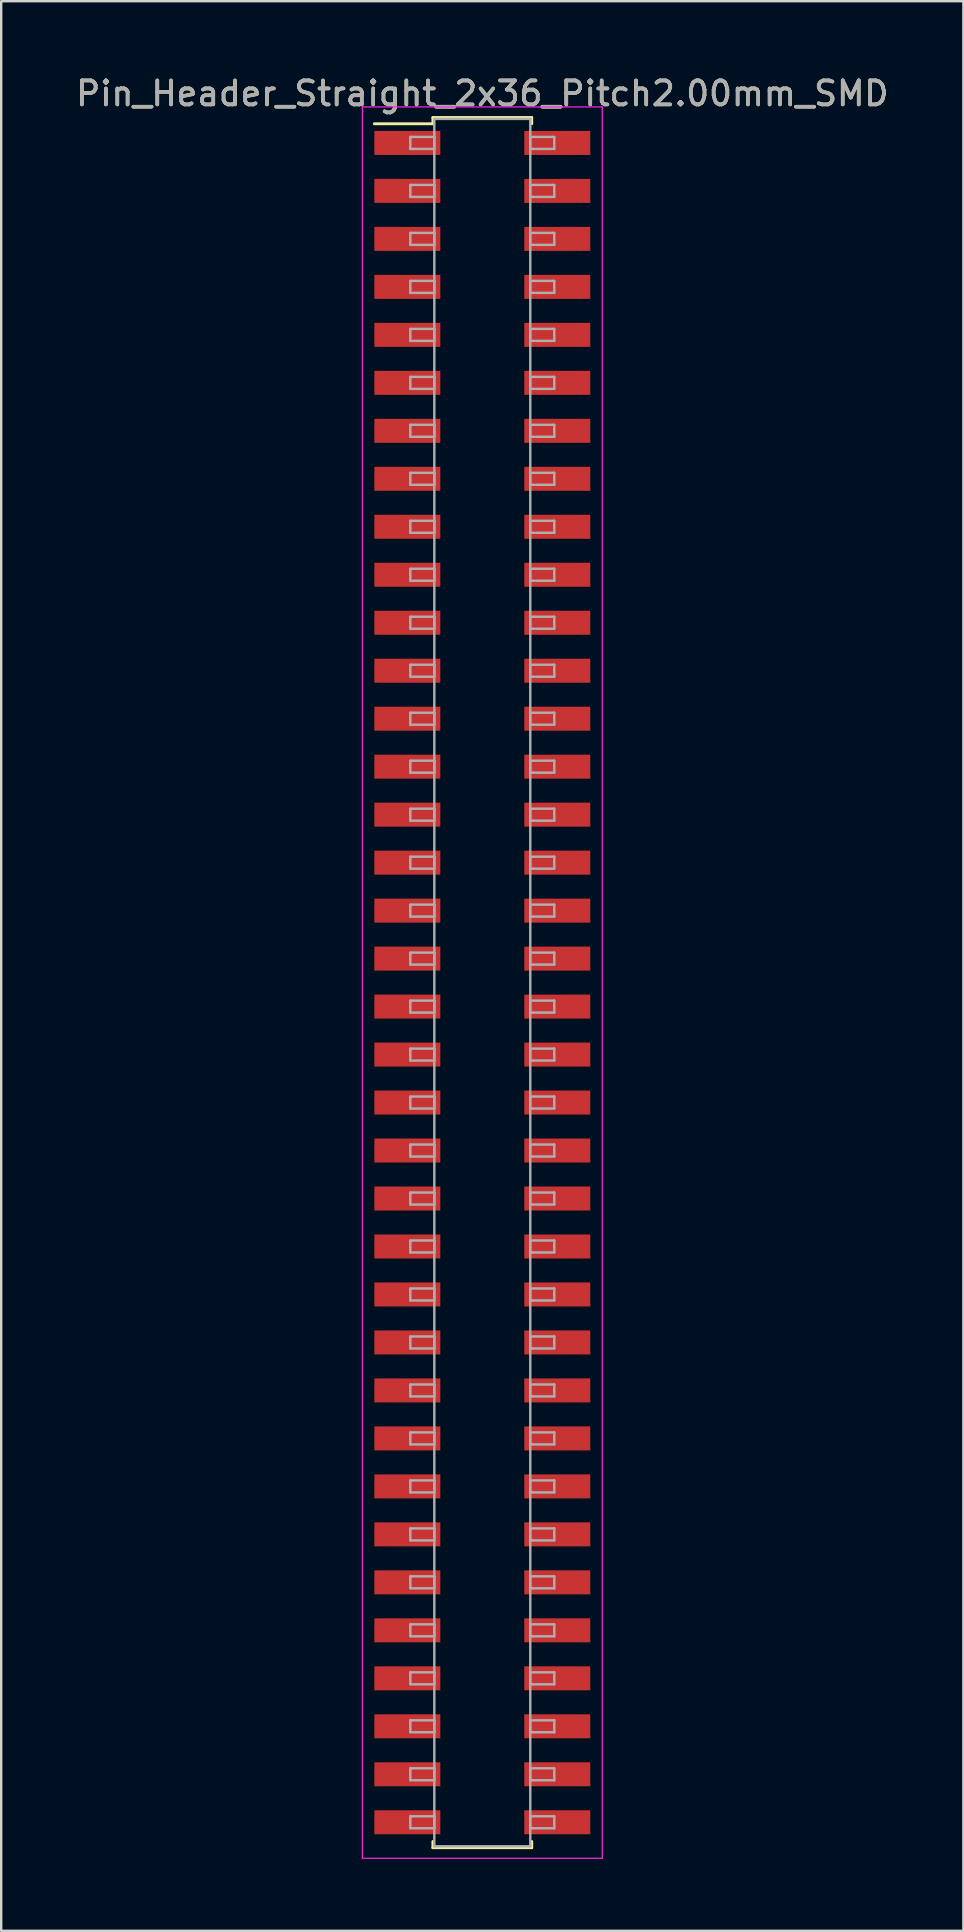
<source format=kicad_pcb>
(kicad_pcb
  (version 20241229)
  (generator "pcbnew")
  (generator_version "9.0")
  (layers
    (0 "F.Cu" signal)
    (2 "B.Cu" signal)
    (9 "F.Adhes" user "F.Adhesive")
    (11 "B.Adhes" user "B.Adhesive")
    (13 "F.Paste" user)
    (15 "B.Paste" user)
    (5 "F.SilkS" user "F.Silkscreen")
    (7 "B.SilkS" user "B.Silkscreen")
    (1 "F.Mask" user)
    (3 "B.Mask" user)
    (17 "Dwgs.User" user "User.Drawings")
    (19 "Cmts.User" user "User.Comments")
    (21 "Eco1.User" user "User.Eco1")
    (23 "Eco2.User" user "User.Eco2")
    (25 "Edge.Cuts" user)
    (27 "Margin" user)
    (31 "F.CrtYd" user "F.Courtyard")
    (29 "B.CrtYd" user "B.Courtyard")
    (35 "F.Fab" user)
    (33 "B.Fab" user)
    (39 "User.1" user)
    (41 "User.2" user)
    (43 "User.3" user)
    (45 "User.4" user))
  (footprint "Pin_Header_Straight_2x36_Pitch2.00mm_SMD"
    (layer "F.Cu")
    (at 17.054 37.908)
    (property "Reference" "Pin_Header_Straight_2x36_Pitch2.00mm_SMD" (at 0 -37.06 0) (layer "F.SilkS") (effects (font (size 1 1) (thickness 0.15))))
    (attr smd)
    (fp_line (start -4.5 -35.8) (end -2.06 -35.8) (stroke (width 0.12) (type solid)) (layer "F.SilkS"))
    (fp_line (start -2.06 -36.06) (end 2.06 -36.06) (stroke (width 0.12) (type solid)) (layer "F.SilkS"))
    (fp_line (start -2.06 -35.8) (end -2.06 -36.06) (stroke (width 0.12) (type solid)) (layer "F.SilkS"))
    (fp_line (start -2.06 35.8) (end -2.06 36.06) (stroke (width 0.12) (type solid)) (layer "F.SilkS"))
    (fp_line (start -2.06 36.06) (end 2.06 36.06) (stroke (width 0.12) (type solid)) (layer "F.SilkS"))
    (fp_line (start 2.06 -36.06) (end 2.06 -35.8) (stroke (width 0.12) (type solid)) (layer "F.SilkS"))
    (fp_line (start 2.06 36.06) (end 2.06 35.8) (stroke (width 0.12) (type solid)) (layer "F.SilkS"))
    (fp_line (start -5 -36.5) (end -5 36.5) (stroke (width 0.05) (type solid)) (layer "F.CrtYd"))
    (fp_line (start -5 36.5) (end 5 36.5) (stroke (width 0.05) (type solid)) (layer "F.CrtYd"))
    (fp_line (start 5 -36.5) (end -5 -36.5) (stroke (width 0.05) (type solid)) (layer "F.CrtYd"))
    (fp_line (start 5 36.5) (end 5 -36.5) (stroke (width 0.05) (type solid)) (layer "F.CrtYd"))
    (fp_line (start -3 -35.25) (end -2 -35.25) (stroke (width 0.1) (type solid)) (layer "F.Fab"))
    (fp_line (start -3 -34.75) (end -3 -35.25) (stroke (width 0.1) (type solid)) (layer "F.Fab"))
    (fp_line (start -3 -33.25) (end -2 -33.25) (stroke (width 0.1) (type solid)) (layer "F.Fab"))
    (fp_line (start -3 -32.75) (end -3 -33.25) (stroke (width 0.1) (type solid)) (layer "F.Fab"))
    (fp_line (start -3 -31.25) (end -2 -31.25) (stroke (width 0.1) (type solid)) (layer "F.Fab"))
    (fp_line (start -3 -30.75) (end -3 -31.25) (stroke (width 0.1) (type solid)) (layer "F.Fab"))
    (fp_line (start -3 -29.25) (end -2 -29.25) (stroke (width 0.1) (type solid)) (layer "F.Fab"))
    (fp_line (start -3 -28.75) (end -3 -29.25) (stroke (width 0.1) (type solid)) (layer "F.Fab"))
    (fp_line (start -3 -27.25) (end -2 -27.25) (stroke (width 0.1) (type solid)) (layer "F.Fab"))
    (fp_line (start -3 -26.75) (end -3 -27.25) (stroke (width 0.1) (type solid)) (layer "F.Fab"))
    (fp_line (start -3 -25.25) (end -2 -25.25) (stroke (width 0.1) (type solid)) (layer "F.Fab"))
    (fp_line (start -3 -24.75) (end -3 -25.25) (stroke (width 0.1) (type solid)) (layer "F.Fab"))
    (fp_line (start -3 -23.25) (end -2 -23.25) (stroke (width 0.1) (type solid)) (layer "F.Fab"))
    (fp_line (start -3 -22.75) (end -3 -23.25) (stroke (width 0.1) (type solid)) (layer "F.Fab"))
    (fp_line (start -3 -21.25) (end -2 -21.25) (stroke (width 0.1) (type solid)) (layer "F.Fab"))
    (fp_line (start -3 -20.75) (end -3 -21.25) (stroke (width 0.1) (type solid)) (layer "F.Fab"))
    (fp_line (start -3 -19.25) (end -2 -19.25) (stroke (width 0.1) (type solid)) (layer "F.Fab"))
    (fp_line (start -3 -18.75) (end -3 -19.25) (stroke (width 0.1) (type solid)) (layer "F.Fab"))
    (fp_line (start -3 -17.25) (end -2 -17.25) (stroke (width 0.1) (type solid)) (layer "F.Fab"))
    (fp_line (start -3 -16.75) (end -3 -17.25) (stroke (width 0.1) (type solid)) (layer "F.Fab"))
    (fp_line (start -3 -15.25) (end -2 -15.25) (stroke (width 0.1) (type solid)) (layer "F.Fab"))
    (fp_line (start -3 -14.75) (end -3 -15.25) (stroke (width 0.1) (type solid)) (layer "F.Fab"))
    (fp_line (start -3 -13.25) (end -2 -13.25) (stroke (width 0.1) (type solid)) (layer "F.Fab"))
    (fp_line (start -3 -12.75) (end -3 -13.25) (stroke (width 0.1) (type solid)) (layer "F.Fab"))
    (fp_line (start -3 -11.25) (end -2 -11.25) (stroke (width 0.1) (type solid)) (layer "F.Fab"))
    (fp_line (start -3 -10.75) (end -3 -11.25) (stroke (width 0.1) (type solid)) (layer "F.Fab"))
    (fp_line (start -3 -9.25) (end -2 -9.25) (stroke (width 0.1) (type solid)) (layer "F.Fab"))
    (fp_line (start -3 -8.75) (end -3 -9.25) (stroke (width 0.1) (type solid)) (layer "F.Fab"))
    (fp_line (start -3 -7.25) (end -2 -7.25) (stroke (width 0.1) (type solid)) (layer "F.Fab"))
    (fp_line (start -3 -6.75) (end -3 -7.25) (stroke (width 0.1) (type solid)) (layer "F.Fab"))
    (fp_line (start -3 -5.25) (end -2 -5.25) (stroke (width 0.1) (type solid)) (layer "F.Fab"))
    (fp_line (start -3 -4.75) (end -3 -5.25) (stroke (width 0.1) (type solid)) (layer "F.Fab"))
    (fp_line (start -3 -3.25) (end -2 -3.25) (stroke (width 0.1) (type solid)) (layer "F.Fab"))
    (fp_line (start -3 -2.75) (end -3 -3.25) (stroke (width 0.1) (type solid)) (layer "F.Fab"))
    (fp_line (start -3 -1.25) (end -2 -1.25) (stroke (width 0.1) (type solid)) (layer "F.Fab"))
    (fp_line (start -3 -0.75) (end -3 -1.25) (stroke (width 0.1) (type solid)) (layer "F.Fab"))
    (fp_line (start -3 0.75) (end -2 0.75) (stroke (width 0.1) (type solid)) (layer "F.Fab"))
    (fp_line (start -3 1.25) (end -3 0.75) (stroke (width 0.1) (type solid)) (layer "F.Fab"))
    (fp_line (start -3 2.75) (end -2 2.75) (stroke (width 0.1) (type solid)) (layer "F.Fab"))
    (fp_line (start -3 3.25) (end -3 2.75) (stroke (width 0.1) (type solid)) (layer "F.Fab"))
    (fp_line (start -3 4.75) (end -2 4.75) (stroke (width 0.1) (type solid)) (layer "F.Fab"))
    (fp_line (start -3 5.25) (end -3 4.75) (stroke (width 0.1) (type solid)) (layer "F.Fab"))
    (fp_line (start -3 6.75) (end -2 6.75) (stroke (width 0.1) (type solid)) (layer "F.Fab"))
    (fp_line (start -3 7.25) (end -3 6.75) (stroke (width 0.1) (type solid)) (layer "F.Fab"))
    (fp_line (start -3 8.75) (end -2 8.75) (stroke (width 0.1) (type solid)) (layer "F.Fab"))
    (fp_line (start -3 9.25) (end -3 8.75) (stroke (width 0.1) (type solid)) (layer "F.Fab"))
    (fp_line (start -3 10.75) (end -2 10.75) (stroke (width 0.1) (type solid)) (layer "F.Fab"))
    (fp_line (start -3 11.25) (end -3 10.75) (stroke (width 0.1) (type solid)) (layer "F.Fab"))
    (fp_line (start -3 12.75) (end -2 12.75) (stroke (width 0.1) (type solid)) (layer "F.Fab"))
    (fp_line (start -3 13.25) (end -3 12.75) (stroke (width 0.1) (type solid)) (layer "F.Fab"))
    (fp_line (start -3 14.75) (end -2 14.75) (stroke (width 0.1) (type solid)) (layer "F.Fab"))
    (fp_line (start -3 15.25) (end -3 14.75) (stroke (width 0.1) (type solid)) (layer "F.Fab"))
    (fp_line (start -3 16.75) (end -2 16.75) (stroke (width 0.1) (type solid)) (layer "F.Fab"))
    (fp_line (start -3 17.25) (end -3 16.75) (stroke (width 0.1) (type solid)) (layer "F.Fab"))
    (fp_line (start -3 18.75) (end -2 18.75) (stroke (width 0.1) (type solid)) (layer "F.Fab"))
    (fp_line (start -3 19.25) (end -3 18.75) (stroke (width 0.1) (type solid)) (layer "F.Fab"))
    (fp_line (start -3 20.75) (end -2 20.75) (stroke (width 0.1) (type solid)) (layer "F.Fab"))
    (fp_line (start -3 21.25) (end -3 20.75) (stroke (width 0.1) (type solid)) (layer "F.Fab"))
    (fp_line (start -3 22.75) (end -2 22.75) (stroke (width 0.1) (type solid)) (layer "F.Fab"))
    (fp_line (start -3 23.25) (end -3 22.75) (stroke (width 0.1) (type solid)) (layer "F.Fab"))
    (fp_line (start -3 24.75) (end -2 24.75) (stroke (width 0.1) (type solid)) (layer "F.Fab"))
    (fp_line (start -3 25.25) (end -3 24.75) (stroke (width 0.1) (type solid)) (layer "F.Fab"))
    (fp_line (start -3 26.75) (end -2 26.75) (stroke (width 0.1) (type solid)) (layer "F.Fab"))
    (fp_line (start -3 27.25) (end -3 26.75) (stroke (width 0.1) (type solid)) (layer "F.Fab"))
    (fp_line (start -3 28.75) (end -2 28.75) (stroke (width 0.1) (type solid)) (layer "F.Fab"))
    (fp_line (start -3 29.25) (end -3 28.75) (stroke (width 0.1) (type solid)) (layer "F.Fab"))
    (fp_line (start -3 30.75) (end -2 30.75) (stroke (width 0.1) (type solid)) (layer "F.Fab"))
    (fp_line (start -3 31.25) (end -3 30.75) (stroke (width 0.1) (type solid)) (layer "F.Fab"))
    (fp_line (start -3 32.75) (end -2 32.75) (stroke (width 0.1) (type solid)) (layer "F.Fab"))
    (fp_line (start -3 33.25) (end -3 32.75) (stroke (width 0.1) (type solid)) (layer "F.Fab"))
    (fp_line (start -3 34.75) (end -2 34.75) (stroke (width 0.1) (type solid)) (layer "F.Fab"))
    (fp_line (start -3 35.25) (end -3 34.75) (stroke (width 0.1) (type solid)) (layer "F.Fab"))
    (fp_line (start -2 -36) (end -2 36) (stroke (width 0.1) (type solid)) (layer "F.Fab"))
    (fp_line (start -2 -35.25) (end -2 -34.75) (stroke (width 0.1) (type solid)) (layer "F.Fab"))
    (fp_line (start -2 -34.75) (end -3 -34.75) (stroke (width 0.1) (type solid)) (layer "F.Fab"))
    (fp_line (start -2 -33.25) (end -2 -32.75) (stroke (width 0.1) (type solid)) (layer "F.Fab"))
    (fp_line (start -2 -32.75) (end -3 -32.75) (stroke (width 0.1) (type solid)) (layer "F.Fab"))
    (fp_line (start -2 -31.25) (end -2 -30.75) (stroke (width 0.1) (type solid)) (layer "F.Fab"))
    (fp_line (start -2 -30.75) (end -3 -30.75) (stroke (width 0.1) (type solid)) (layer "F.Fab"))
    (fp_line (start -2 -29.25) (end -2 -28.75) (stroke (width 0.1) (type solid)) (layer "F.Fab"))
    (fp_line (start -2 -28.75) (end -3 -28.75) (stroke (width 0.1) (type solid)) (layer "F.Fab"))
    (fp_line (start -2 -27.25) (end -2 -26.75) (stroke (width 0.1) (type solid)) (layer "F.Fab"))
    (fp_line (start -2 -26.75) (end -3 -26.75) (stroke (width 0.1) (type solid)) (layer "F.Fab"))
    (fp_line (start -2 -25.25) (end -2 -24.75) (stroke (width 0.1) (type solid)) (layer "F.Fab"))
    (fp_line (start -2 -24.75) (end -3 -24.75) (stroke (width 0.1) (type solid)) (layer "F.Fab"))
    (fp_line (start -2 -23.25) (end -2 -22.75) (stroke (width 0.1) (type solid)) (layer "F.Fab"))
    (fp_line (start -2 -22.75) (end -3 -22.75) (stroke (width 0.1) (type solid)) (layer "F.Fab"))
    (fp_line (start -2 -21.25) (end -2 -20.75) (stroke (width 0.1) (type solid)) (layer "F.Fab"))
    (fp_line (start -2 -20.75) (end -3 -20.75) (stroke (width 0.1) (type solid)) (layer "F.Fab"))
    (fp_line (start -2 -19.25) (end -2 -18.75) (stroke (width 0.1) (type solid)) (layer "F.Fab"))
    (fp_line (start -2 -18.75) (end -3 -18.75) (stroke (width 0.1) (type solid)) (layer "F.Fab"))
    (fp_line (start -2 -17.25) (end -2 -16.75) (stroke (width 0.1) (type solid)) (layer "F.Fab"))
    (fp_line (start -2 -16.75) (end -3 -16.75) (stroke (width 0.1) (type solid)) (layer "F.Fab"))
    (fp_line (start -2 -15.25) (end -2 -14.75) (stroke (width 0.1) (type solid)) (layer "F.Fab"))
    (fp_line (start -2 -14.75) (end -3 -14.75) (stroke (width 0.1) (type solid)) (layer "F.Fab"))
    (fp_line (start -2 -13.25) (end -2 -12.75) (stroke (width 0.1) (type solid)) (layer "F.Fab"))
    (fp_line (start -2 -12.75) (end -3 -12.75) (stroke (width 0.1) (type solid)) (layer "F.Fab"))
    (fp_line (start -2 -11.25) (end -2 -10.75) (stroke (width 0.1) (type solid)) (layer "F.Fab"))
    (fp_line (start -2 -10.75) (end -3 -10.75) (stroke (width 0.1) (type solid)) (layer "F.Fab"))
    (fp_line (start -2 -9.25) (end -2 -8.75) (stroke (width 0.1) (type solid)) (layer "F.Fab"))
    (fp_line (start -2 -8.75) (end -3 -8.75) (stroke (width 0.1) (type solid)) (layer "F.Fab"))
    (fp_line (start -2 -7.25) (end -2 -6.75) (stroke (width 0.1) (type solid)) (layer "F.Fab"))
    (fp_line (start -2 -6.75) (end -3 -6.75) (stroke (width 0.1) (type solid)) (layer "F.Fab"))
    (fp_line (start -2 -5.25) (end -2 -4.75) (stroke (width 0.1) (type solid)) (layer "F.Fab"))
    (fp_line (start -2 -4.75) (end -3 -4.75) (stroke (width 0.1) (type solid)) (layer "F.Fab"))
    (fp_line (start -2 -3.25) (end -2 -2.75) (stroke (width 0.1) (type solid)) (layer "F.Fab"))
    (fp_line (start -2 -2.75) (end -3 -2.75) (stroke (width 0.1) (type solid)) (layer "F.Fab"))
    (fp_line (start -2 -1.25) (end -2 -0.75) (stroke (width 0.1) (type solid)) (layer "F.Fab"))
    (fp_line (start -2 -0.75) (end -3 -0.75) (stroke (width 0.1) (type solid)) (layer "F.Fab"))
    (fp_line (start -2 0.75) (end -2 1.25) (stroke (width 0.1) (type solid)) (layer "F.Fab"))
    (fp_line (start -2 1.25) (end -3 1.25) (stroke (width 0.1) (type solid)) (layer "F.Fab"))
    (fp_line (start -2 2.75) (end -2 3.25) (stroke (width 0.1) (type solid)) (layer "F.Fab"))
    (fp_line (start -2 3.25) (end -3 3.25) (stroke (width 0.1) (type solid)) (layer "F.Fab"))
    (fp_line (start -2 4.75) (end -2 5.25) (stroke (width 0.1) (type solid)) (layer "F.Fab"))
    (fp_line (start -2 5.25) (end -3 5.25) (stroke (width 0.1) (type solid)) (layer "F.Fab"))
    (fp_line (start -2 6.75) (end -2 7.25) (stroke (width 0.1) (type solid)) (layer "F.Fab"))
    (fp_line (start -2 7.25) (end -3 7.25) (stroke (width 0.1) (type solid)) (layer "F.Fab"))
    (fp_line (start -2 8.75) (end -2 9.25) (stroke (width 0.1) (type solid)) (layer "F.Fab"))
    (fp_line (start -2 9.25) (end -3 9.25) (stroke (width 0.1) (type solid)) (layer "F.Fab"))
    (fp_line (start -2 10.75) (end -2 11.25) (stroke (width 0.1) (type solid)) (layer "F.Fab"))
    (fp_line (start -2 11.25) (end -3 11.25) (stroke (width 0.1) (type solid)) (layer "F.Fab"))
    (fp_line (start -2 12.75) (end -2 13.25) (stroke (width 0.1) (type solid)) (layer "F.Fab"))
    (fp_line (start -2 13.25) (end -3 13.25) (stroke (width 0.1) (type solid)) (layer "F.Fab"))
    (fp_line (start -2 14.75) (end -2 15.25) (stroke (width 0.1) (type solid)) (layer "F.Fab"))
    (fp_line (start -2 15.25) (end -3 15.25) (stroke (width 0.1) (type solid)) (layer "F.Fab"))
    (fp_line (start -2 16.75) (end -2 17.25) (stroke (width 0.1) (type solid)) (layer "F.Fab"))
    (fp_line (start -2 17.25) (end -3 17.25) (stroke (width 0.1) (type solid)) (layer "F.Fab"))
    (fp_line (start -2 18.75) (end -2 19.25) (stroke (width 0.1) (type solid)) (layer "F.Fab"))
    (fp_line (start -2 19.25) (end -3 19.25) (stroke (width 0.1) (type solid)) (layer "F.Fab"))
    (fp_line (start -2 20.75) (end -2 21.25) (stroke (width 0.1) (type solid)) (layer "F.Fab"))
    (fp_line (start -2 21.25) (end -3 21.25) (stroke (width 0.1) (type solid)) (layer "F.Fab"))
    (fp_line (start -2 22.75) (end -2 23.25) (stroke (width 0.1) (type solid)) (layer "F.Fab"))
    (fp_line (start -2 23.25) (end -3 23.25) (stroke (width 0.1) (type solid)) (layer "F.Fab"))
    (fp_line (start -2 24.75) (end -2 25.25) (stroke (width 0.1) (type solid)) (layer "F.Fab"))
    (fp_line (start -2 25.25) (end -3 25.25) (stroke (width 0.1) (type solid)) (layer "F.Fab"))
    (fp_line (start -2 26.75) (end -2 27.25) (stroke (width 0.1) (type solid)) (layer "F.Fab"))
    (fp_line (start -2 27.25) (end -3 27.25) (stroke (width 0.1) (type solid)) (layer "F.Fab"))
    (fp_line (start -2 28.75) (end -2 29.25) (stroke (width 0.1) (type solid)) (layer "F.Fab"))
    (fp_line (start -2 29.25) (end -3 29.25) (stroke (width 0.1) (type solid)) (layer "F.Fab"))
    (fp_line (start -2 30.75) (end -2 31.25) (stroke (width 0.1) (type solid)) (layer "F.Fab"))
    (fp_line (start -2 31.25) (end -3 31.25) (stroke (width 0.1) (type solid)) (layer "F.Fab"))
    (fp_line (start -2 32.75) (end -2 33.25) (stroke (width 0.1) (type solid)) (layer "F.Fab"))
    (fp_line (start -2 33.25) (end -3 33.25) (stroke (width 0.1) (type solid)) (layer "F.Fab"))
    (fp_line (start -2 34.75) (end -2 35.25) (stroke (width 0.1) (type solid)) (layer "F.Fab"))
    (fp_line (start -2 35.25) (end -3 35.25) (stroke (width 0.1) (type solid)) (layer "F.Fab"))
    (fp_line (start -2 36) (end 2 36) (stroke (width 0.1) (type solid)) (layer "F.Fab"))
    (fp_line (start 2 -36) (end -2 -36) (stroke (width 0.1) (type solid)) (layer "F.Fab"))
    (fp_line (start 2 -35.25) (end 2 -34.75) (stroke (width 0.1) (type solid)) (layer "F.Fab"))
    (fp_line (start 2 -34.75) (end 3 -34.75) (stroke (width 0.1) (type solid)) (layer "F.Fab"))
    (fp_line (start 2 -33.25) (end 2 -32.75) (stroke (width 0.1) (type solid)) (layer "F.Fab"))
    (fp_line (start 2 -32.75) (end 3 -32.75) (stroke (width 0.1) (type solid)) (layer "F.Fab"))
    (fp_line (start 2 -31.25) (end 2 -30.75) (stroke (width 0.1) (type solid)) (layer "F.Fab"))
    (fp_line (start 2 -30.75) (end 3 -30.75) (stroke (width 0.1) (type solid)) (layer "F.Fab"))
    (fp_line (start 2 -29.25) (end 2 -28.75) (stroke (width 0.1) (type solid)) (layer "F.Fab"))
    (fp_line (start 2 -28.75) (end 3 -28.75) (stroke (width 0.1) (type solid)) (layer "F.Fab"))
    (fp_line (start 2 -27.25) (end 2 -26.75) (stroke (width 0.1) (type solid)) (layer "F.Fab"))
    (fp_line (start 2 -26.75) (end 3 -26.75) (stroke (width 0.1) (type solid)) (layer "F.Fab"))
    (fp_line (start 2 -25.25) (end 2 -24.75) (stroke (width 0.1) (type solid)) (layer "F.Fab"))
    (fp_line (start 2 -24.75) (end 3 -24.75) (stroke (width 0.1) (type solid)) (layer "F.Fab"))
    (fp_line (start 2 -23.25) (end 2 -22.75) (stroke (width 0.1) (type solid)) (layer "F.Fab"))
    (fp_line (start 2 -22.75) (end 3 -22.75) (stroke (width 0.1) (type solid)) (layer "F.Fab"))
    (fp_line (start 2 -21.25) (end 2 -20.75) (stroke (width 0.1) (type solid)) (layer "F.Fab"))
    (fp_line (start 2 -20.75) (end 3 -20.75) (stroke (width 0.1) (type solid)) (layer "F.Fab"))
    (fp_line (start 2 -19.25) (end 2 -18.75) (stroke (width 0.1) (type solid)) (layer "F.Fab"))
    (fp_line (start 2 -18.75) (end 3 -18.75) (stroke (width 0.1) (type solid)) (layer "F.Fab"))
    (fp_line (start 2 -17.25) (end 2 -16.75) (stroke (width 0.1) (type solid)) (layer "F.Fab"))
    (fp_line (start 2 -16.75) (end 3 -16.75) (stroke (width 0.1) (type solid)) (layer "F.Fab"))
    (fp_line (start 2 -15.25) (end 2 -14.75) (stroke (width 0.1) (type solid)) (layer "F.Fab"))
    (fp_line (start 2 -14.75) (end 3 -14.75) (stroke (width 0.1) (type solid)) (layer "F.Fab"))
    (fp_line (start 2 -13.25) (end 2 -12.75) (stroke (width 0.1) (type solid)) (layer "F.Fab"))
    (fp_line (start 2 -12.75) (end 3 -12.75) (stroke (width 0.1) (type solid)) (layer "F.Fab"))
    (fp_line (start 2 -11.25) (end 2 -10.75) (stroke (width 0.1) (type solid)) (layer "F.Fab"))
    (fp_line (start 2 -10.75) (end 3 -10.75) (stroke (width 0.1) (type solid)) (layer "F.Fab"))
    (fp_line (start 2 -9.25) (end 2 -8.75) (stroke (width 0.1) (type solid)) (layer "F.Fab"))
    (fp_line (start 2 -8.75) (end 3 -8.75) (stroke (width 0.1) (type solid)) (layer "F.Fab"))
    (fp_line (start 2 -7.25) (end 2 -6.75) (stroke (width 0.1) (type solid)) (layer "F.Fab"))
    (fp_line (start 2 -6.75) (end 3 -6.75) (stroke (width 0.1) (type solid)) (layer "F.Fab"))
    (fp_line (start 2 -5.25) (end 2 -4.75) (stroke (width 0.1) (type solid)) (layer "F.Fab"))
    (fp_line (start 2 -4.75) (end 3 -4.75) (stroke (width 0.1) (type solid)) (layer "F.Fab"))
    (fp_line (start 2 -3.25) (end 2 -2.75) (stroke (width 0.1) (type solid)) (layer "F.Fab"))
    (fp_line (start 2 -2.75) (end 3 -2.75) (stroke (width 0.1) (type solid)) (layer "F.Fab"))
    (fp_line (start 2 -1.25) (end 2 -0.75) (stroke (width 0.1) (type solid)) (layer "F.Fab"))
    (fp_line (start 2 -0.75) (end 3 -0.75) (stroke (width 0.1) (type solid)) (layer "F.Fab"))
    (fp_line (start 2 0.75) (end 2 1.25) (stroke (width 0.1) (type solid)) (layer "F.Fab"))
    (fp_line (start 2 1.25) (end 3 1.25) (stroke (width 0.1) (type solid)) (layer "F.Fab"))
    (fp_line (start 2 2.75) (end 2 3.25) (stroke (width 0.1) (type solid)) (layer "F.Fab"))
    (fp_line (start 2 3.25) (end 3 3.25) (stroke (width 0.1) (type solid)) (layer "F.Fab"))
    (fp_line (start 2 4.75) (end 2 5.25) (stroke (width 0.1) (type solid)) (layer "F.Fab"))
    (fp_line (start 2 5.25) (end 3 5.25) (stroke (width 0.1) (type solid)) (layer "F.Fab"))
    (fp_line (start 2 6.75) (end 2 7.25) (stroke (width 0.1) (type solid)) (layer "F.Fab"))
    (fp_line (start 2 7.25) (end 3 7.25) (stroke (width 0.1) (type solid)) (layer "F.Fab"))
    (fp_line (start 2 8.75) (end 2 9.25) (stroke (width 0.1) (type solid)) (layer "F.Fab"))
    (fp_line (start 2 9.25) (end 3 9.25) (stroke (width 0.1) (type solid)) (layer "F.Fab"))
    (fp_line (start 2 10.75) (end 2 11.25) (stroke (width 0.1) (type solid)) (layer "F.Fab"))
    (fp_line (start 2 11.25) (end 3 11.25) (stroke (width 0.1) (type solid)) (layer "F.Fab"))
    (fp_line (start 2 12.75) (end 2 13.25) (stroke (width 0.1) (type solid)) (layer "F.Fab"))
    (fp_line (start 2 13.25) (end 3 13.25) (stroke (width 0.1) (type solid)) (layer "F.Fab"))
    (fp_line (start 2 14.75) (end 2 15.25) (stroke (width 0.1) (type solid)) (layer "F.Fab"))
    (fp_line (start 2 15.25) (end 3 15.25) (stroke (width 0.1) (type solid)) (layer "F.Fab"))
    (fp_line (start 2 16.75) (end 2 17.25) (stroke (width 0.1) (type solid)) (layer "F.Fab"))
    (fp_line (start 2 17.25) (end 3 17.25) (stroke (width 0.1) (type solid)) (layer "F.Fab"))
    (fp_line (start 2 18.75) (end 2 19.25) (stroke (width 0.1) (type solid)) (layer "F.Fab"))
    (fp_line (start 2 19.25) (end 3 19.25) (stroke (width 0.1) (type solid)) (layer "F.Fab"))
    (fp_line (start 2 20.75) (end 2 21.25) (stroke (width 0.1) (type solid)) (layer "F.Fab"))
    (fp_line (start 2 21.25) (end 3 21.25) (stroke (width 0.1) (type solid)) (layer "F.Fab"))
    (fp_line (start 2 22.75) (end 2 23.25) (stroke (width 0.1) (type solid)) (layer "F.Fab"))
    (fp_line (start 2 23.25) (end 3 23.25) (stroke (width 0.1) (type solid)) (layer "F.Fab"))
    (fp_line (start 2 24.75) (end 2 25.25) (stroke (width 0.1) (type solid)) (layer "F.Fab"))
    (fp_line (start 2 25.25) (end 3 25.25) (stroke (width 0.1) (type solid)) (layer "F.Fab"))
    (fp_line (start 2 26.75) (end 2 27.25) (stroke (width 0.1) (type solid)) (layer "F.Fab"))
    (fp_line (start 2 27.25) (end 3 27.25) (stroke (width 0.1) (type solid)) (layer "F.Fab"))
    (fp_line (start 2 28.75) (end 2 29.25) (stroke (width 0.1) (type solid)) (layer "F.Fab"))
    (fp_line (start 2 29.25) (end 3 29.25) (stroke (width 0.1) (type solid)) (layer "F.Fab"))
    (fp_line (start 2 30.75) (end 2 31.25) (stroke (width 0.1) (type solid)) (layer "F.Fab"))
    (fp_line (start 2 31.25) (end 3 31.25) (stroke (width 0.1) (type solid)) (layer "F.Fab"))
    (fp_line (start 2 32.75) (end 2 33.25) (stroke (width 0.1) (type solid)) (layer "F.Fab"))
    (fp_line (start 2 33.25) (end 3 33.25) (stroke (width 0.1) (type solid)) (layer "F.Fab"))
    (fp_line (start 2 34.75) (end 2 35.25) (stroke (width 0.1) (type solid)) (layer "F.Fab"))
    (fp_line (start 2 35.25) (end 3 35.25) (stroke (width 0.1) (type solid)) (layer "F.Fab"))
    (fp_line (start 2 36) (end 2 -36) (stroke (width 0.1) (type solid)) (layer "F.Fab"))
    (fp_line (start 3 -35.25) (end 2 -35.25) (stroke (width 0.1) (type solid)) (layer "F.Fab"))
    (fp_line (start 3 -34.75) (end 3 -35.25) (stroke (width 0.1) (type solid)) (layer "F.Fab"))
    (fp_line (start 3 -33.25) (end 2 -33.25) (stroke (width 0.1) (type solid)) (layer "F.Fab"))
    (fp_line (start 3 -32.75) (end 3 -33.25) (stroke (width 0.1) (type solid)) (layer "F.Fab"))
    (fp_line (start 3 -31.25) (end 2 -31.25) (stroke (width 0.1) (type solid)) (layer "F.Fab"))
    (fp_line (start 3 -30.75) (end 3 -31.25) (stroke (width 0.1) (type solid)) (layer "F.Fab"))
    (fp_line (start 3 -29.25) (end 2 -29.25) (stroke (width 0.1) (type solid)) (layer "F.Fab"))
    (fp_line (start 3 -28.75) (end 3 -29.25) (stroke (width 0.1) (type solid)) (layer "F.Fab"))
    (fp_line (start 3 -27.25) (end 2 -27.25) (stroke (width 0.1) (type solid)) (layer "F.Fab"))
    (fp_line (start 3 -26.75) (end 3 -27.25) (stroke (width 0.1) (type solid)) (layer "F.Fab"))
    (fp_line (start 3 -25.25) (end 2 -25.25) (stroke (width 0.1) (type solid)) (layer "F.Fab"))
    (fp_line (start 3 -24.75) (end 3 -25.25) (stroke (width 0.1) (type solid)) (layer "F.Fab"))
    (fp_line (start 3 -23.25) (end 2 -23.25) (stroke (width 0.1) (type solid)) (layer "F.Fab"))
    (fp_line (start 3 -22.75) (end 3 -23.25) (stroke (width 0.1) (type solid)) (layer "F.Fab"))
    (fp_line (start 3 -21.25) (end 2 -21.25) (stroke (width 0.1) (type solid)) (layer "F.Fab"))
    (fp_line (start 3 -20.75) (end 3 -21.25) (stroke (width 0.1) (type solid)) (layer "F.Fab"))
    (fp_line (start 3 -19.25) (end 2 -19.25) (stroke (width 0.1) (type solid)) (layer "F.Fab"))
    (fp_line (start 3 -18.75) (end 3 -19.25) (stroke (width 0.1) (type solid)) (layer "F.Fab"))
    (fp_line (start 3 -17.25) (end 2 -17.25) (stroke (width 0.1) (type solid)) (layer "F.Fab"))
    (fp_line (start 3 -16.75) (end 3 -17.25) (stroke (width 0.1) (type solid)) (layer "F.Fab"))
    (fp_line (start 3 -15.25) (end 2 -15.25) (stroke (width 0.1) (type solid)) (layer "F.Fab"))
    (fp_line (start 3 -14.75) (end 3 -15.25) (stroke (width 0.1) (type solid)) (layer "F.Fab"))
    (fp_line (start 3 -13.25) (end 2 -13.25) (stroke (width 0.1) (type solid)) (layer "F.Fab"))
    (fp_line (start 3 -12.75) (end 3 -13.25) (stroke (width 0.1) (type solid)) (layer "F.Fab"))
    (fp_line (start 3 -11.25) (end 2 -11.25) (stroke (width 0.1) (type solid)) (layer "F.Fab"))
    (fp_line (start 3 -10.75) (end 3 -11.25) (stroke (width 0.1) (type solid)) (layer "F.Fab"))
    (fp_line (start 3 -9.25) (end 2 -9.25) (stroke (width 0.1) (type solid)) (layer "F.Fab"))
    (fp_line (start 3 -8.75) (end 3 -9.25) (stroke (width 0.1) (type solid)) (layer "F.Fab"))
    (fp_line (start 3 -7.25) (end 2 -7.25) (stroke (width 0.1) (type solid)) (layer "F.Fab"))
    (fp_line (start 3 -6.75) (end 3 -7.25) (stroke (width 0.1) (type solid)) (layer "F.Fab"))
    (fp_line (start 3 -5.25) (end 2 -5.25) (stroke (width 0.1) (type solid)) (layer "F.Fab"))
    (fp_line (start 3 -4.75) (end 3 -5.25) (stroke (width 0.1) (type solid)) (layer "F.Fab"))
    (fp_line (start 3 -3.25) (end 2 -3.25) (stroke (width 0.1) (type solid)) (layer "F.Fab"))
    (fp_line (start 3 -2.75) (end 3 -3.25) (stroke (width 0.1) (type solid)) (layer "F.Fab"))
    (fp_line (start 3 -1.25) (end 2 -1.25) (stroke (width 0.1) (type solid)) (layer "F.Fab"))
    (fp_line (start 3 -0.75) (end 3 -1.25) (stroke (width 0.1) (type solid)) (layer "F.Fab"))
    (fp_line (start 3 0.75) (end 2 0.75) (stroke (width 0.1) (type solid)) (layer "F.Fab"))
    (fp_line (start 3 1.25) (end 3 0.75) (stroke (width 0.1) (type solid)) (layer "F.Fab"))
    (fp_line (start 3 2.75) (end 2 2.75) (stroke (width 0.1) (type solid)) (layer "F.Fab"))
    (fp_line (start 3 3.25) (end 3 2.75) (stroke (width 0.1) (type solid)) (layer "F.Fab"))
    (fp_line (start 3 4.75) (end 2 4.75) (stroke (width 0.1) (type solid)) (layer "F.Fab"))
    (fp_line (start 3 5.25) (end 3 4.75) (stroke (width 0.1) (type solid)) (layer "F.Fab"))
    (fp_line (start 3 6.75) (end 2 6.75) (stroke (width 0.1) (type solid)) (layer "F.Fab"))
    (fp_line (start 3 7.25) (end 3 6.75) (stroke (width 0.1) (type solid)) (layer "F.Fab"))
    (fp_line (start 3 8.75) (end 2 8.75) (stroke (width 0.1) (type solid)) (layer "F.Fab"))
    (fp_line (start 3 9.25) (end 3 8.75) (stroke (width 0.1) (type solid)) (layer "F.Fab"))
    (fp_line (start 3 10.75) (end 2 10.75) (stroke (width 0.1) (type solid)) (layer "F.Fab"))
    (fp_line (start 3 11.25) (end 3 10.75) (stroke (width 0.1) (type solid)) (layer "F.Fab"))
    (fp_line (start 3 12.75) (end 2 12.75) (stroke (width 0.1) (type solid)) (layer "F.Fab"))
    (fp_line (start 3 13.25) (end 3 12.75) (stroke (width 0.1) (type solid)) (layer "F.Fab"))
    (fp_line (start 3 14.75) (end 2 14.75) (stroke (width 0.1) (type solid)) (layer "F.Fab"))
    (fp_line (start 3 15.25) (end 3 14.75) (stroke (width 0.1) (type solid)) (layer "F.Fab"))
    (fp_line (start 3 16.75) (end 2 16.75) (stroke (width 0.1) (type solid)) (layer "F.Fab"))
    (fp_line (start 3 17.25) (end 3 16.75) (stroke (width 0.1) (type solid)) (layer "F.Fab"))
    (fp_line (start 3 18.75) (end 2 18.75) (stroke (width 0.1) (type solid)) (layer "F.Fab"))
    (fp_line (start 3 19.25) (end 3 18.75) (stroke (width 0.1) (type solid)) (layer "F.Fab"))
    (fp_line (start 3 20.75) (end 2 20.75) (stroke (width 0.1) (type solid)) (layer "F.Fab"))
    (fp_line (start 3 21.25) (end 3 20.75) (stroke (width 0.1) (type solid)) (layer "F.Fab"))
    (fp_line (start 3 22.75) (end 2 22.75) (stroke (width 0.1) (type solid)) (layer "F.Fab"))
    (fp_line (start 3 23.25) (end 3 22.75) (stroke (width 0.1) (type solid)) (layer "F.Fab"))
    (fp_line (start 3 24.75) (end 2 24.75) (stroke (width 0.1) (type solid)) (layer "F.Fab"))
    (fp_line (start 3 25.25) (end 3 24.75) (stroke (width 0.1) (type solid)) (layer "F.Fab"))
    (fp_line (start 3 26.75) (end 2 26.75) (stroke (width 0.1) (type solid)) (layer "F.Fab"))
    (fp_line (start 3 27.25) (end 3 26.75) (stroke (width 0.1) (type solid)) (layer "F.Fab"))
    (fp_line (start 3 28.75) (end 2 28.75) (stroke (width 0.1) (type solid)) (layer "F.Fab"))
    (fp_line (start 3 29.25) (end 3 28.75) (stroke (width 0.1) (type solid)) (layer "F.Fab"))
    (fp_line (start 3 30.75) (end 2 30.75) (stroke (width 0.1) (type solid)) (layer "F.Fab"))
    (fp_line (start 3 31.25) (end 3 30.75) (stroke (width 0.1) (type solid)) (layer "F.Fab"))
    (fp_line (start 3 32.75) (end 2 32.75) (stroke (width 0.1) (type solid)) (layer "F.Fab"))
    (fp_line (start 3 33.25) (end 3 32.75) (stroke (width 0.1) (type solid)) (layer "F.Fab"))
    (fp_line (start 3 34.75) (end 2 34.75) (stroke (width 0.1) (type solid)) (layer "F.Fab"))
    (fp_line (start 3 35.25) (end 3 34.75) (stroke (width 0.1) (type solid)) (layer "F.Fab"))
    (fp_text user "${REFERENCE}" (at 0 -37.06 0) (layer "F.Fab") (effects (font (size 1 1) (thickness 0.15))))
    (pad "1" smd rect (at -3.125 -35) (size 2.75 1) (layers "F.Cu" "F.Mask" "F.Paste"))
    (pad "2" smd rect (at 3.125 -35) (size 2.75 1) (layers "F.Cu" "F.Mask" "F.Paste"))
    (pad "3" smd rect (at -3.125 -33) (size 2.75 1) (layers "F.Cu" "F.Mask" "F.Paste"))
    (pad "4" smd rect (at 3.125 -33) (size 2.75 1) (layers "F.Cu" "F.Mask" "F.Paste"))
    (pad "5" smd rect (at -3.125 -31) (size 2.75 1) (layers "F.Cu" "F.Mask" "F.Paste"))
    (pad "6" smd rect (at 3.125 -31) (size 2.75 1) (layers "F.Cu" "F.Mask" "F.Paste"))
    (pad "7" smd rect (at -3.125 -29) (size 2.75 1) (layers "F.Cu" "F.Mask" "F.Paste"))
    (pad "8" smd rect (at 3.125 -29) (size 2.75 1) (layers "F.Cu" "F.Mask" "F.Paste"))
    (pad "9" smd rect (at -3.125 -27) (size 2.75 1) (layers "F.Cu" "F.Mask" "F.Paste"))
    (pad "10" smd rect (at 3.125 -27) (size 2.75 1) (layers "F.Cu" "F.Mask" "F.Paste"))
    (pad "11" smd rect (at -3.125 -25) (size 2.75 1) (layers "F.Cu" "F.Mask" "F.Paste"))
    (pad "12" smd rect (at 3.125 -25) (size 2.75 1) (layers "F.Cu" "F.Mask" "F.Paste"))
    (pad "13" smd rect (at -3.125 -23) (size 2.75 1) (layers "F.Cu" "F.Mask" "F.Paste"))
    (pad "14" smd rect (at 3.125 -23) (size 2.75 1) (layers "F.Cu" "F.Mask" "F.Paste"))
    (pad "15" smd rect (at -3.125 -21) (size 2.75 1) (layers "F.Cu" "F.Mask" "F.Paste"))
    (pad "16" smd rect (at 3.125 -21) (size 2.75 1) (layers "F.Cu" "F.Mask" "F.Paste"))
    (pad "17" smd rect (at -3.125 -19) (size 2.75 1) (layers "F.Cu" "F.Mask" "F.Paste"))
    (pad "18" smd rect (at 3.125 -19) (size 2.75 1) (layers "F.Cu" "F.Mask" "F.Paste"))
    (pad "19" smd rect (at -3.125 -17) (size 2.75 1) (layers "F.Cu" "F.Mask" "F.Paste"))
    (pad "20" smd rect (at 3.125 -17) (size 2.75 1) (layers "F.Cu" "F.Mask" "F.Paste"))
    (pad "21" smd rect (at -3.125 -15) (size 2.75 1) (layers "F.Cu" "F.Mask" "F.Paste"))
    (pad "22" smd rect (at 3.125 -15) (size 2.75 1) (layers "F.Cu" "F.Mask" "F.Paste"))
    (pad "23" smd rect (at -3.125 -13) (size 2.75 1) (layers "F.Cu" "F.Mask" "F.Paste"))
    (pad "24" smd rect (at 3.125 -13) (size 2.75 1) (layers "F.Cu" "F.Mask" "F.Paste"))
    (pad "25" smd rect (at -3.125 -11) (size 2.75 1) (layers "F.Cu" "F.Mask" "F.Paste"))
    (pad "26" smd rect (at 3.125 -11) (size 2.75 1) (layers "F.Cu" "F.Mask" "F.Paste"))
    (pad "27" smd rect (at -3.125 -9) (size 2.75 1) (layers "F.Cu" "F.Mask" "F.Paste"))
    (pad "28" smd rect (at 3.125 -9) (size 2.75 1) (layers "F.Cu" "F.Mask" "F.Paste"))
    (pad "29" smd rect (at -3.125 -7) (size 2.75 1) (layers "F.Cu" "F.Mask" "F.Paste"))
    (pad "30" smd rect (at 3.125 -7) (size 2.75 1) (layers "F.Cu" "F.Mask" "F.Paste"))
    (pad "31" smd rect (at -3.125 -5) (size 2.75 1) (layers "F.Cu" "F.Mask" "F.Paste"))
    (pad "32" smd rect (at 3.125 -5) (size 2.75 1) (layers "F.Cu" "F.Mask" "F.Paste"))
    (pad "33" smd rect (at -3.125 -3) (size 2.75 1) (layers "F.Cu" "F.Mask" "F.Paste"))
    (pad "34" smd rect (at 3.125 -3) (size 2.75 1) (layers "F.Cu" "F.Mask" "F.Paste"))
    (pad "35" smd rect (at -3.125 -1) (size 2.75 1) (layers "F.Cu" "F.Mask" "F.Paste"))
    (pad "36" smd rect (at 3.125 -1) (size 2.75 1) (layers "F.Cu" "F.Mask" "F.Paste"))
    (pad "37" smd rect (at -3.125 1) (size 2.75 1) (layers "F.Cu" "F.Mask" "F.Paste"))
    (pad "38" smd rect (at 3.125 1) (size 2.75 1) (layers "F.Cu" "F.Mask" "F.Paste"))
    (pad "39" smd rect (at -3.125 3) (size 2.75 1) (layers "F.Cu" "F.Mask" "F.Paste"))
    (pad "40" smd rect (at 3.125 3) (size 2.75 1) (layers "F.Cu" "F.Mask" "F.Paste"))
    (pad "41" smd rect (at -3.125 5) (size 2.75 1) (layers "F.Cu" "F.Mask" "F.Paste"))
    (pad "42" smd rect (at 3.125 5) (size 2.75 1) (layers "F.Cu" "F.Mask" "F.Paste"))
    (pad "43" smd rect (at -3.125 7) (size 2.75 1) (layers "F.Cu" "F.Mask" "F.Paste"))
    (pad "44" smd rect (at 3.125 7) (size 2.75 1) (layers "F.Cu" "F.Mask" "F.Paste"))
    (pad "45" smd rect (at -3.125 9) (size 2.75 1) (layers "F.Cu" "F.Mask" "F.Paste"))
    (pad "46" smd rect (at 3.125 9) (size 2.75 1) (layers "F.Cu" "F.Mask" "F.Paste"))
    (pad "47" smd rect (at -3.125 11) (size 2.75 1) (layers "F.Cu" "F.Mask" "F.Paste"))
    (pad "48" smd rect (at 3.125 11) (size 2.75 1) (layers "F.Cu" "F.Mask" "F.Paste"))
    (pad "49" smd rect (at -3.125 13) (size 2.75 1) (layers "F.Cu" "F.Mask" "F.Paste"))
    (pad "50" smd rect (at 3.125 13) (size 2.75 1) (layers "F.Cu" "F.Mask" "F.Paste"))
    (pad "51" smd rect (at -3.125 15) (size 2.75 1) (layers "F.Cu" "F.Mask" "F.Paste"))
    (pad "52" smd rect (at 3.125 15) (size 2.75 1) (layers "F.Cu" "F.Mask" "F.Paste"))
    (pad "53" smd rect (at -3.125 17) (size 2.75 1) (layers "F.Cu" "F.Mask" "F.Paste"))
    (pad "54" smd rect (at 3.125 17) (size 2.75 1) (layers "F.Cu" "F.Mask" "F.Paste"))
    (pad "55" smd rect (at -3.125 19) (size 2.75 1) (layers "F.Cu" "F.Mask" "F.Paste"))
    (pad "56" smd rect (at 3.125 19) (size 2.75 1) (layers "F.Cu" "F.Mask" "F.Paste"))
    (pad "57" smd rect (at -3.125 21) (size 2.75 1) (layers "F.Cu" "F.Mask" "F.Paste"))
    (pad "58" smd rect (at 3.125 21) (size 2.75 1) (layers "F.Cu" "F.Mask" "F.Paste"))
    (pad "59" smd rect (at -3.125 23) (size 2.75 1) (layers "F.Cu" "F.Mask" "F.Paste"))
    (pad "60" smd rect (at 3.125 23) (size 2.75 1) (layers "F.Cu" "F.Mask" "F.Paste"))
    (pad "61" smd rect (at -3.125 25) (size 2.75 1) (layers "F.Cu" "F.Mask" "F.Paste"))
    (pad "62" smd rect (at 3.125 25) (size 2.75 1) (layers "F.Cu" "F.Mask" "F.Paste"))
    (pad "63" smd rect (at -3.125 27) (size 2.75 1) (layers "F.Cu" "F.Mask" "F.Paste"))
    (pad "64" smd rect (at 3.125 27) (size 2.75 1) (layers "F.Cu" "F.Mask" "F.Paste"))
    (pad "65" smd rect (at -3.125 29) (size 2.75 1) (layers "F.Cu" "F.Mask" "F.Paste"))
    (pad "66" smd rect (at 3.125 29) (size 2.75 1) (layers "F.Cu" "F.Mask" "F.Paste"))
    (pad "67" smd rect (at -3.125 31) (size 2.75 1) (layers "F.Cu" "F.Mask" "F.Paste"))
    (pad "68" smd rect (at 3.125 31) (size 2.75 1) (layers "F.Cu" "F.Mask" "F.Paste"))
    (pad "69" smd rect (at -3.125 33) (size 2.75 1) (layers "F.Cu" "F.Mask" "F.Paste"))
    (pad "70" smd rect (at 3.125 33) (size 2.75 1) (layers "F.Cu" "F.Mask" "F.Paste"))
    (pad "71" smd rect (at -3.125 35) (size 2.75 1) (layers "F.Cu" "F.Mask" "F.Paste"))
    (pad "72" smd rect (at 3.125 35) (size 2.75 1) (layers "F.Cu" "F.Mask" "F.Paste")))
  (gr_rect
    (start -3 -3)
    (end 37.107 77.433)
    (stroke (width 0.1) (type default))
    (fill no)
    (layer "Edge.Cuts")))
</source>
